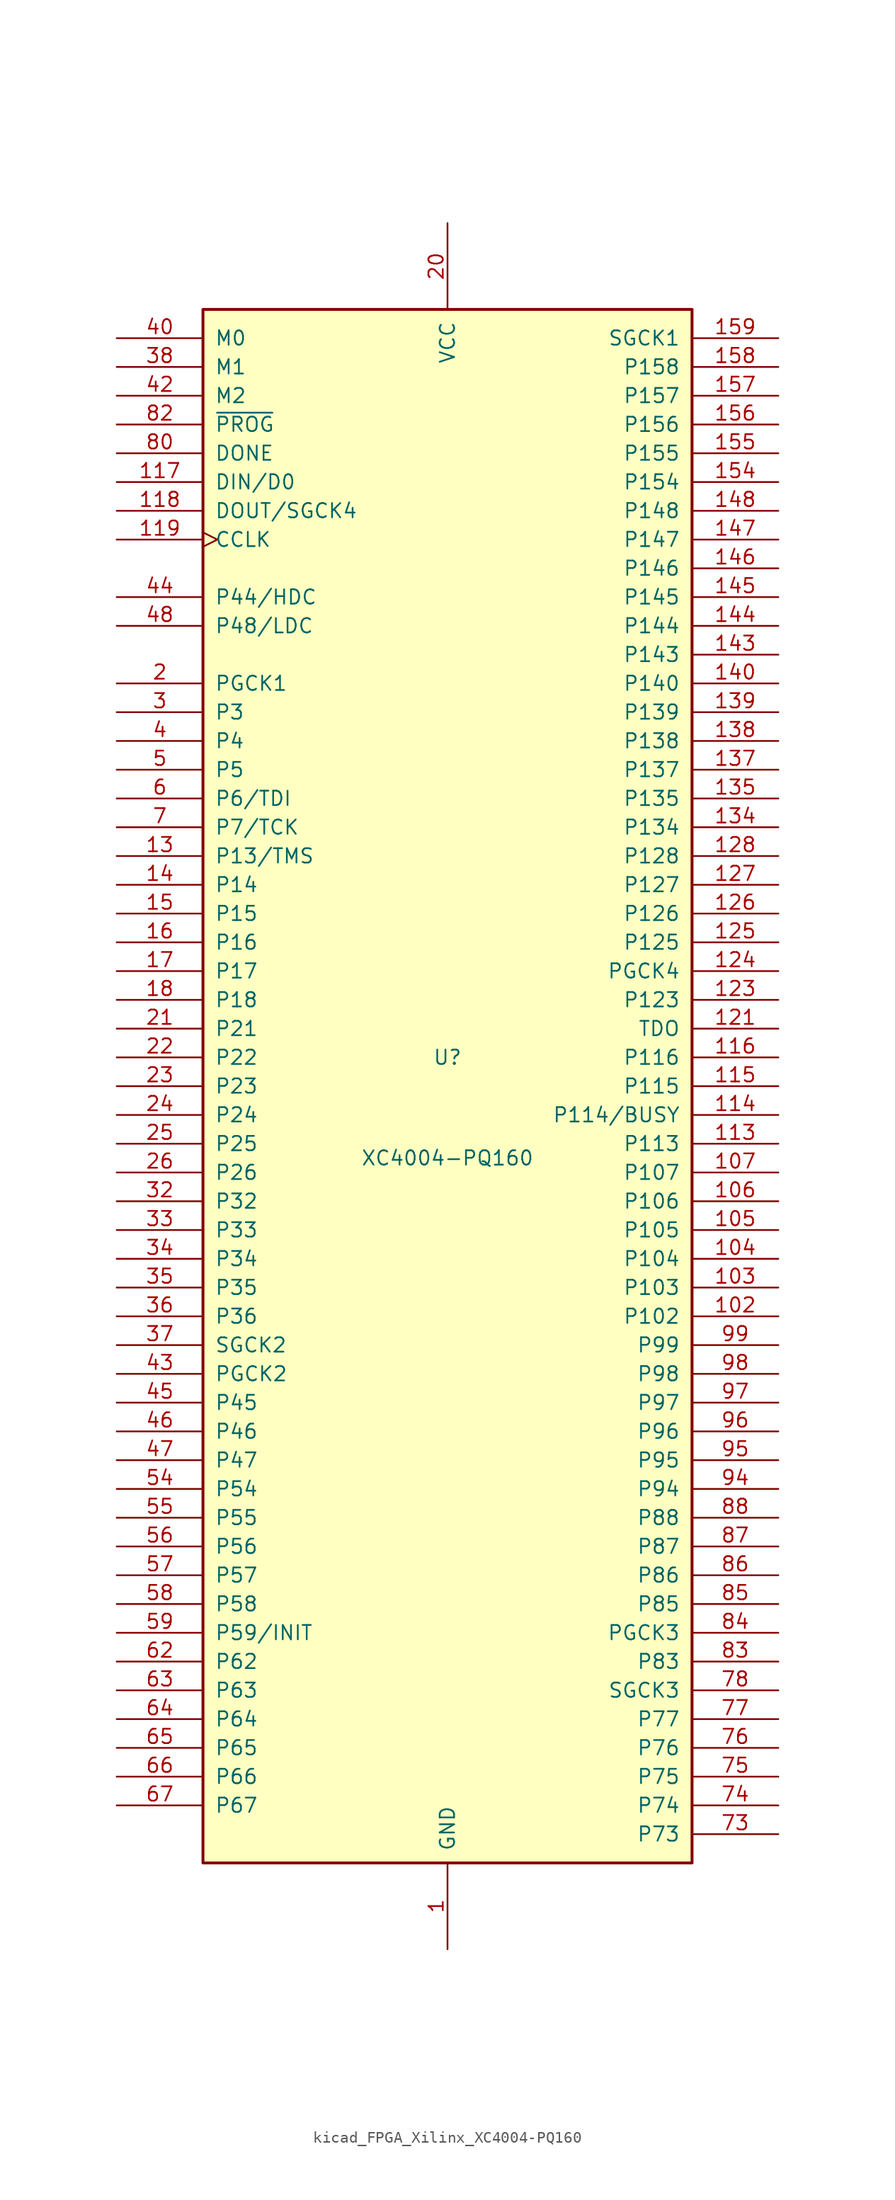
<source format=kicad_sym>
(kicad_symbol_lib
  (version 20220914)
  (generator kicad_symbol_editor)
  (symbol "kicad_FPGA_Xilinx_XC4004-PQ160"
    (pin_names
      (offset 1.016))
    (property "Reference" "U"
      (at 0 2.54 0)
      (effects (font (size 1.27 1.27))))
    (property "Value" "XC4004-PQ160"
      (at 0 -6.35 0)
      (effects (font (size 1.27 1.27))))
    (symbol "kicad_FPGA_Xilinx_XC4004-PQ160_0_1"
      (rectangle (start -21.59 -68.58) (end 21.59 68.58) (stroke (width 0.254) (type default)) (fill (type background))))
    (symbol "kicad_FPGA_Xilinx_XC4004-PQ160_1_1"
      (pin power_in line (at 0 -76.2 90) (length 7.62) (name "GND" (effects (font (size 1.27 1.27)))) (number "1" (effects (font (size 1.27 1.27)))))
      (pin passive line (at 0 -76.2 90) (length 7.62) hide (name "GND" (effects (font (size 1.27 1.27)))) (number "10" (effects (font (size 1.27 1.27)))))
      (pin passive line (at 0 76.2 270) (length 7.62) hide (name "VCC" (effects (font (size 1.27 1.27)))) (number "100" (effects (font (size 1.27 1.27)))))
      (pin passive line (at 0 -76.2 90) (length 7.62) hide (name "GND" (effects (font (size 1.27 1.27)))) (number "101" (effects (font (size 1.27 1.27)))))
      (pin bidirectional line (at 29.21 -20.32 180) (length 7.62) (name "P102" (effects (font (size 1.27 1.27)))) (number "102" (effects (font (size 1.27 1.27)))))
      (pin bidirectional line (at 29.21 -17.78 180) (length 7.62) (name "P103" (effects (font (size 1.27 1.27)))) (number "103" (effects (font (size 1.27 1.27)))))
      (pin bidirectional line (at 29.21 -15.24 180) (length 7.62) (name "P104" (effects (font (size 1.27 1.27)))) (number "104" (effects (font (size 1.27 1.27)))))
      (pin bidirectional line (at 29.21 -12.7 180) (length 7.62) (name "P105" (effects (font (size 1.27 1.27)))) (number "105" (effects (font (size 1.27 1.27)))))
      (pin bidirectional line (at 29.21 -10.16 180) (length 7.62) (name "P106" (effects (font (size 1.27 1.27)))) (number "106" (effects (font (size 1.27 1.27)))))
      (pin bidirectional line (at 29.21 -7.62 180) (length 7.62) (name "P107" (effects (font (size 1.27 1.27)))) (number "107" (effects (font (size 1.27 1.27)))))
      (pin passive line (at 0 -76.2 90) (length 7.62) hide (name "GND" (effects (font (size 1.27 1.27)))) (number "110" (effects (font (size 1.27 1.27)))))
      (pin bidirectional line (at 29.21 -5.08 180) (length 7.62) (name "P113" (effects (font (size 1.27 1.27)))) (number "113" (effects (font (size 1.27 1.27)))))
      (pin bidirectional line (at 29.21 -2.54 180) (length 7.62) (name "P114/BUSY" (effects (font (size 1.27 1.27)))) (number "114" (effects (font (size 1.27 1.27)))))
      (pin bidirectional line (at 29.21 0 180) (length 7.62) (name "P115" (effects (font (size 1.27 1.27)))) (number "115" (effects (font (size 1.27 1.27)))))
      (pin bidirectional line (at 29.21 2.54 180) (length 7.62) (name "P116" (effects (font (size 1.27 1.27)))) (number "116" (effects (font (size 1.27 1.27)))))
      (pin bidirectional line (at -29.21 53.34 0) (length 7.62) (name "DIN/D0" (effects (font (size 1.27 1.27)))) (number "117" (effects (font (size 1.27 1.27)))))
      (pin bidirectional line (at -29.21 50.8 0) (length 7.62) (name "DOUT/SGCK4" (effects (font (size 1.27 1.27)))) (number "118" (effects (font (size 1.27 1.27)))))
      (pin input clock (at -29.21 48.26 0) (length 7.62) (name "CCLK" (effects (font (size 1.27 1.27)))) (number "119" (effects (font (size 1.27 1.27)))))
      (pin passive line (at 0 76.2 270) (length 7.62) hide (name "VCC" (effects (font (size 1.27 1.27)))) (number "120" (effects (font (size 1.27 1.27)))))
      (pin output line (at 29.21 5.08 180) (length 7.62) (name "TDO" (effects (font (size 1.27 1.27)))) (number "121" (effects (font (size 1.27 1.27)))))
      (pin passive line (at 0 -76.2 90) (length 7.62) hide (name "GND" (effects (font (size 1.27 1.27)))) (number "122" (effects (font (size 1.27 1.27)))))
      (pin bidirectional line (at 29.21 7.62 180) (length 7.62) (name "P123" (effects (font (size 1.27 1.27)))) (number "123" (effects (font (size 1.27 1.27)))))
      (pin bidirectional line (at 29.21 10.16 180) (length 7.62) (name "PGCK4" (effects (font (size 1.27 1.27)))) (number "124" (effects (font (size 1.27 1.27)))))
      (pin bidirectional line (at 29.21 12.7 180) (length 7.62) (name "P125" (effects (font (size 1.27 1.27)))) (number "125" (effects (font (size 1.27 1.27)))))
      (pin bidirectional line (at 29.21 15.24 180) (length 7.62) (name "P126" (effects (font (size 1.27 1.27)))) (number "126" (effects (font (size 1.27 1.27)))))
      (pin bidirectional line (at 29.21 17.78 180) (length 7.62) (name "P127" (effects (font (size 1.27 1.27)))) (number "127" (effects (font (size 1.27 1.27)))))
      (pin bidirectional line (at 29.21 20.32 180) (length 7.62) (name "P128" (effects (font (size 1.27 1.27)))) (number "128" (effects (font (size 1.27 1.27)))))
      (pin bidirectional line (at -29.21 20.32 0) (length 7.62) (name "P13/TMS" (effects (font (size 1.27 1.27)))) (number "13" (effects (font (size 1.27 1.27)))))
      (pin passive line (at 0 -76.2 90) (length 7.62) hide (name "GND" (effects (font (size 1.27 1.27)))) (number "131" (effects (font (size 1.27 1.27)))))
      (pin bidirectional line (at 29.21 22.86 180) (length 7.62) (name "P134" (effects (font (size 1.27 1.27)))) (number "134" (effects (font (size 1.27 1.27)))))
      (pin bidirectional line (at 29.21 25.4 180) (length 7.62) (name "P135" (effects (font (size 1.27 1.27)))) (number "135" (effects (font (size 1.27 1.27)))))
      (pin bidirectional line (at 29.21 27.94 180) (length 7.62) (name "P137" (effects (font (size 1.27 1.27)))) (number "137" (effects (font (size 1.27 1.27)))))
      (pin bidirectional line (at 29.21 30.48 180) (length 7.62) (name "P138" (effects (font (size 1.27 1.27)))) (number "138" (effects (font (size 1.27 1.27)))))
      (pin bidirectional line (at 29.21 33.02 180) (length 7.62) (name "P139" (effects (font (size 1.27 1.27)))) (number "139" (effects (font (size 1.27 1.27)))))
      (pin bidirectional line (at -29.21 17.78 0) (length 7.62) (name "P14" (effects (font (size 1.27 1.27)))) (number "14" (effects (font (size 1.27 1.27)))))
      (pin bidirectional line (at 29.21 35.56 180) (length 7.62) (name "P140" (effects (font (size 1.27 1.27)))) (number "140" (effects (font (size 1.27 1.27)))))
      (pin passive line (at 0 -76.2 90) (length 7.62) hide (name "GND" (effects (font (size 1.27 1.27)))) (number "141" (effects (font (size 1.27 1.27)))))
      (pin passive line (at 0 76.2 270) (length 7.62) hide (name "VCC" (effects (font (size 1.27 1.27)))) (number "142" (effects (font (size 1.27 1.27)))))
      (pin bidirectional line (at 29.21 38.1 180) (length 7.62) (name "P143" (effects (font (size 1.27 1.27)))) (number "143" (effects (font (size 1.27 1.27)))))
      (pin bidirectional line (at 29.21 40.64 180) (length 7.62) (name "P144" (effects (font (size 1.27 1.27)))) (number "144" (effects (font (size 1.27 1.27)))))
      (pin bidirectional line (at 29.21 43.18 180) (length 7.62) (name "P145" (effects (font (size 1.27 1.27)))) (number "145" (effects (font (size 1.27 1.27)))))
      (pin bidirectional line (at 29.21 45.72 180) (length 7.62) (name "P146" (effects (font (size 1.27 1.27)))) (number "146" (effects (font (size 1.27 1.27)))))
      (pin bidirectional line (at 29.21 48.26 180) (length 7.62) (name "P147" (effects (font (size 1.27 1.27)))) (number "147" (effects (font (size 1.27 1.27)))))
      (pin bidirectional line (at 29.21 50.8 180) (length 7.62) (name "P148" (effects (font (size 1.27 1.27)))) (number "148" (effects (font (size 1.27 1.27)))))
      (pin bidirectional line (at -29.21 15.24 0) (length 7.62) (name "P15" (effects (font (size 1.27 1.27)))) (number "15" (effects (font (size 1.27 1.27)))))
      (pin passive line (at 0 -76.2 90) (length 7.62) hide (name "GND" (effects (font (size 1.27 1.27)))) (number "151" (effects (font (size 1.27 1.27)))))
      (pin bidirectional line (at 29.21 53.34 180) (length 7.62) (name "P154" (effects (font (size 1.27 1.27)))) (number "154" (effects (font (size 1.27 1.27)))))
      (pin bidirectional line (at 29.21 55.88 180) (length 7.62) (name "P155" (effects (font (size 1.27 1.27)))) (number "155" (effects (font (size 1.27 1.27)))))
      (pin bidirectional line (at 29.21 58.42 180) (length 7.62) (name "P156" (effects (font (size 1.27 1.27)))) (number "156" (effects (font (size 1.27 1.27)))))
      (pin bidirectional line (at 29.21 60.96 180) (length 7.62) (name "P157" (effects (font (size 1.27 1.27)))) (number "157" (effects (font (size 1.27 1.27)))))
      (pin bidirectional line (at 29.21 63.5 180) (length 7.62) (name "P158" (effects (font (size 1.27 1.27)))) (number "158" (effects (font (size 1.27 1.27)))))
      (pin bidirectional line (at 29.21 66.04 180) (length 7.62) (name "SGCK1" (effects (font (size 1.27 1.27)))) (number "159" (effects (font (size 1.27 1.27)))))
      (pin bidirectional line (at -29.21 12.7 0) (length 7.62) (name "P16" (effects (font (size 1.27 1.27)))) (number "16" (effects (font (size 1.27 1.27)))))
      (pin passive line (at 0 76.2 270) (length 7.62) hide (name "VCC" (effects (font (size 1.27 1.27)))) (number "160" (effects (font (size 1.27 1.27)))))
      (pin bidirectional line (at -29.21 10.16 0) (length 7.62) (name "P17" (effects (font (size 1.27 1.27)))) (number "17" (effects (font (size 1.27 1.27)))))
      (pin bidirectional line (at -29.21 7.62 0) (length 7.62) (name "P18" (effects (font (size 1.27 1.27)))) (number "18" (effects (font (size 1.27 1.27)))))
      (pin passive line (at 0 -76.2 90) (length 7.62) hide (name "GND" (effects (font (size 1.27 1.27)))) (number "19" (effects (font (size 1.27 1.27)))))
      (pin bidirectional line (at -29.21 35.56 0) (length 7.62) (name "PGCK1" (effects (font (size 1.27 1.27)))) (number "2" (effects (font (size 1.27 1.27)))))
      (pin power_in line (at 0 76.2 270) (length 7.62) (name "VCC" (effects (font (size 1.27 1.27)))) (number "20" (effects (font (size 1.27 1.27)))))
      (pin bidirectional line (at -29.21 5.08 0) (length 7.62) (name "P21" (effects (font (size 1.27 1.27)))) (number "21" (effects (font (size 1.27 1.27)))))
      (pin bidirectional line (at -29.21 2.54 0) (length 7.62) (name "P22" (effects (font (size 1.27 1.27)))) (number "22" (effects (font (size 1.27 1.27)))))
      (pin bidirectional line (at -29.21 0 0) (length 7.62) (name "P23" (effects (font (size 1.27 1.27)))) (number "23" (effects (font (size 1.27 1.27)))))
      (pin bidirectional line (at -29.21 -2.54 0) (length 7.62) (name "P24" (effects (font (size 1.27 1.27)))) (number "24" (effects (font (size 1.27 1.27)))))
      (pin bidirectional line (at -29.21 -5.08 0) (length 7.62) (name "P25" (effects (font (size 1.27 1.27)))) (number "25" (effects (font (size 1.27 1.27)))))
      (pin bidirectional line (at -29.21 -7.62 0) (length 7.62) (name "P26" (effects (font (size 1.27 1.27)))) (number "26" (effects (font (size 1.27 1.27)))))
      (pin passive line (at 0 -76.2 90) (length 7.62) hide (name "GND" (effects (font (size 1.27 1.27)))) (number "29" (effects (font (size 1.27 1.27)))))
      (pin bidirectional line (at -29.21 33.02 0) (length 7.62) (name "P3" (effects (font (size 1.27 1.27)))) (number "3" (effects (font (size 1.27 1.27)))))
      (pin bidirectional line (at -29.21 -10.16 0) (length 7.62) (name "P32" (effects (font (size 1.27 1.27)))) (number "32" (effects (font (size 1.27 1.27)))))
      (pin bidirectional line (at -29.21 -12.7 0) (length 7.62) (name "P33" (effects (font (size 1.27 1.27)))) (number "33" (effects (font (size 1.27 1.27)))))
      (pin bidirectional line (at -29.21 -15.24 0) (length 7.62) (name "P34" (effects (font (size 1.27 1.27)))) (number "34" (effects (font (size 1.27 1.27)))))
      (pin bidirectional line (at -29.21 -17.78 0) (length 7.62) (name "P35" (effects (font (size 1.27 1.27)))) (number "35" (effects (font (size 1.27 1.27)))))
      (pin bidirectional line (at -29.21 -20.32 0) (length 7.62) (name "P36" (effects (font (size 1.27 1.27)))) (number "36" (effects (font (size 1.27 1.27)))))
      (pin bidirectional line (at -29.21 -22.86 0) (length 7.62) (name "SGCK2" (effects (font (size 1.27 1.27)))) (number "37" (effects (font (size 1.27 1.27)))))
      (pin input line (at -29.21 63.5 0) (length 7.62) (name "M1" (effects (font (size 1.27 1.27)))) (number "38" (effects (font (size 1.27 1.27)))))
      (pin passive line (at 0 -76.2 90) (length 7.62) hide (name "GND" (effects (font (size 1.27 1.27)))) (number "39" (effects (font (size 1.27 1.27)))))
      (pin bidirectional line (at -29.21 30.48 0) (length 7.62) (name "P4" (effects (font (size 1.27 1.27)))) (number "4" (effects (font (size 1.27 1.27)))))
      (pin input line (at -29.21 66.04 0) (length 7.62) (name "M0" (effects (font (size 1.27 1.27)))) (number "40" (effects (font (size 1.27 1.27)))))
      (pin passive line (at 0 76.2 270) (length 7.62) hide (name "VCC" (effects (font (size 1.27 1.27)))) (number "41" (effects (font (size 1.27 1.27)))))
      (pin input line (at -29.21 60.96 0) (length 7.62) (name "M2" (effects (font (size 1.27 1.27)))) (number "42" (effects (font (size 1.27 1.27)))))
      (pin bidirectional line (at -29.21 -25.4 0) (length 7.62) (name "PGCK2" (effects (font (size 1.27 1.27)))) (number "43" (effects (font (size 1.27 1.27)))))
      (pin bidirectional line (at -29.21 43.18 0) (length 7.62) (name "P44/HDC" (effects (font (size 1.27 1.27)))) (number "44" (effects (font (size 1.27 1.27)))))
      (pin bidirectional line (at -29.21 -27.94 0) (length 7.62) (name "P45" (effects (font (size 1.27 1.27)))) (number "45" (effects (font (size 1.27 1.27)))))
      (pin bidirectional line (at -29.21 -30.48 0) (length 7.62) (name "P46" (effects (font (size 1.27 1.27)))) (number "46" (effects (font (size 1.27 1.27)))))
      (pin bidirectional line (at -29.21 -33.02 0) (length 7.62) (name "P47" (effects (font (size 1.27 1.27)))) (number "47" (effects (font (size 1.27 1.27)))))
      (pin bidirectional line (at -29.21 40.64 0) (length 7.62) (name "P48/LDC" (effects (font (size 1.27 1.27)))) (number "48" (effects (font (size 1.27 1.27)))))
      (pin bidirectional line (at -29.21 27.94 0) (length 7.62) (name "P5" (effects (font (size 1.27 1.27)))) (number "5" (effects (font (size 1.27 1.27)))))
      (pin passive line (at 0 -76.2 90) (length 7.62) hide (name "GND" (effects (font (size 1.27 1.27)))) (number "51" (effects (font (size 1.27 1.27)))))
      (pin bidirectional line (at -29.21 -35.56 0) (length 7.62) (name "P54" (effects (font (size 1.27 1.27)))) (number "54" (effects (font (size 1.27 1.27)))))
      (pin bidirectional line (at -29.21 -38.1 0) (length 7.62) (name "P55" (effects (font (size 1.27 1.27)))) (number "55" (effects (font (size 1.27 1.27)))))
      (pin bidirectional line (at -29.21 -40.64 0) (length 7.62) (name "P56" (effects (font (size 1.27 1.27)))) (number "56" (effects (font (size 1.27 1.27)))))
      (pin bidirectional line (at -29.21 -43.18 0) (length 7.62) (name "P57" (effects (font (size 1.27 1.27)))) (number "57" (effects (font (size 1.27 1.27)))))
      (pin bidirectional line (at -29.21 -45.72 0) (length 7.62) (name "P58" (effects (font (size 1.27 1.27)))) (number "58" (effects (font (size 1.27 1.27)))))
      (pin bidirectional line (at -29.21 -48.26 0) (length 7.62) (name "P59/INIT" (effects (font (size 1.27 1.27)))) (number "59" (effects (font (size 1.27 1.27)))))
      (pin bidirectional line (at -29.21 25.4 0) (length 7.62) (name "P6/TDI" (effects (font (size 1.27 1.27)))) (number "6" (effects (font (size 1.27 1.27)))))
      (pin passive line (at 0 76.2 270) (length 7.62) hide (name "VCC" (effects (font (size 1.27 1.27)))) (number "60" (effects (font (size 1.27 1.27)))))
      (pin passive line (at 0 -76.2 90) (length 7.62) hide (name "GND" (effects (font (size 1.27 1.27)))) (number "61" (effects (font (size 1.27 1.27)))))
      (pin bidirectional line (at -29.21 -50.8 0) (length 7.62) (name "P62" (effects (font (size 1.27 1.27)))) (number "62" (effects (font (size 1.27 1.27)))))
      (pin bidirectional line (at -29.21 -53.34 0) (length 7.62) (name "P63" (effects (font (size 1.27 1.27)))) (number "63" (effects (font (size 1.27 1.27)))))
      (pin bidirectional line (at -29.21 -55.88 0) (length 7.62) (name "P64" (effects (font (size 1.27 1.27)))) (number "64" (effects (font (size 1.27 1.27)))))
      (pin bidirectional line (at -29.21 -58.42 0) (length 7.62) (name "P65" (effects (font (size 1.27 1.27)))) (number "65" (effects (font (size 1.27 1.27)))))
      (pin bidirectional line (at -29.21 -60.96 0) (length 7.62) (name "P66" (effects (font (size 1.27 1.27)))) (number "66" (effects (font (size 1.27 1.27)))))
      (pin bidirectional line (at -29.21 -63.5 0) (length 7.62) (name "P67" (effects (font (size 1.27 1.27)))) (number "67" (effects (font (size 1.27 1.27)))))
      (pin bidirectional line (at -29.21 22.86 0) (length 7.62) (name "P7/TCK" (effects (font (size 1.27 1.27)))) (number "7" (effects (font (size 1.27 1.27)))))
      (pin passive line (at 0 -76.2 90) (length 7.62) hide (name "GND" (effects (font (size 1.27 1.27)))) (number "70" (effects (font (size 1.27 1.27)))))
      (pin bidirectional line (at 29.21 -66.04 180) (length 7.62) (name "P73" (effects (font (size 1.27 1.27)))) (number "73" (effects (font (size 1.27 1.27)))))
      (pin bidirectional line (at 29.21 -63.5 180) (length 7.62) (name "P74" (effects (font (size 1.27 1.27)))) (number "74" (effects (font (size 1.27 1.27)))))
      (pin bidirectional line (at 29.21 -60.96 180) (length 7.62) (name "P75" (effects (font (size 1.27 1.27)))) (number "75" (effects (font (size 1.27 1.27)))))
      (pin bidirectional line (at 29.21 -58.42 180) (length 7.62) (name "P76" (effects (font (size 1.27 1.27)))) (number "76" (effects (font (size 1.27 1.27)))))
      (pin bidirectional line (at 29.21 -55.88 180) (length 7.62) (name "P77" (effects (font (size 1.27 1.27)))) (number "77" (effects (font (size 1.27 1.27)))))
      (pin bidirectional line (at 29.21 -53.34 180) (length 7.62) (name "SGCK3" (effects (font (size 1.27 1.27)))) (number "78" (effects (font (size 1.27 1.27)))))
      (pin passive line (at 0 -76.2 90) (length 7.62) hide (name "GND" (effects (font (size 1.27 1.27)))) (number "79" (effects (font (size 1.27 1.27)))))
      (pin input line (at -29.21 55.88 0) (length 7.62) (name "DONE" (effects (font (size 1.27 1.27)))) (number "80" (effects (font (size 1.27 1.27)))))
      (pin passive line (at 0 76.2 270) (length 7.62) hide (name "VCC" (effects (font (size 1.27 1.27)))) (number "81" (effects (font (size 1.27 1.27)))))
      (pin input line (at -29.21 58.42 0) (length 7.62) (name "~{PROG}" (effects (font (size 1.27 1.27)))) (number "82" (effects (font (size 1.27 1.27)))))
      (pin bidirectional line (at 29.21 -50.8 180) (length 7.62) (name "P83" (effects (font (size 1.27 1.27)))) (number "83" (effects (font (size 1.27 1.27)))))
      (pin bidirectional line (at 29.21 -48.26 180) (length 7.62) (name "PGCK3" (effects (font (size 1.27 1.27)))) (number "84" (effects (font (size 1.27 1.27)))))
      (pin bidirectional line (at 29.21 -45.72 180) (length 7.62) (name "P85" (effects (font (size 1.27 1.27)))) (number "85" (effects (font (size 1.27 1.27)))))
      (pin bidirectional line (at 29.21 -43.18 180) (length 7.62) (name "P86" (effects (font (size 1.27 1.27)))) (number "86" (effects (font (size 1.27 1.27)))))
      (pin bidirectional line (at 29.21 -40.64 180) (length 7.62) (name "P87" (effects (font (size 1.27 1.27)))) (number "87" (effects (font (size 1.27 1.27)))))
      (pin bidirectional line (at 29.21 -38.1 180) (length 7.62) (name "P88" (effects (font (size 1.27 1.27)))) (number "88" (effects (font (size 1.27 1.27)))))
      (pin passive line (at 0 -76.2 90) (length 7.62) hide (name "GND" (effects (font (size 1.27 1.27)))) (number "91" (effects (font (size 1.27 1.27)))))
      (pin bidirectional line (at 29.21 -35.56 180) (length 7.62) (name "P94" (effects (font (size 1.27 1.27)))) (number "94" (effects (font (size 1.27 1.27)))))
      (pin bidirectional line (at 29.21 -33.02 180) (length 7.62) (name "P95" (effects (font (size 1.27 1.27)))) (number "95" (effects (font (size 1.27 1.27)))))
      (pin bidirectional line (at 29.21 -30.48 180) (length 7.62) (name "P96" (effects (font (size 1.27 1.27)))) (number "96" (effects (font (size 1.27 1.27)))))
      (pin bidirectional line (at 29.21 -27.94 180) (length 7.62) (name "P97" (effects (font (size 1.27 1.27)))) (number "97" (effects (font (size 1.27 1.27)))))
      (pin bidirectional line (at 29.21 -25.4 180) (length 7.62) (name "P98" (effects (font (size 1.27 1.27)))) (number "98" (effects (font (size 1.27 1.27)))))
      (pin bidirectional line (at 29.21 -22.86 180) (length 7.62) (name "P99" (effects (font (size 1.27 1.27)))) (number "99" (effects (font (size 1.27 1.27))))))))
</source>
